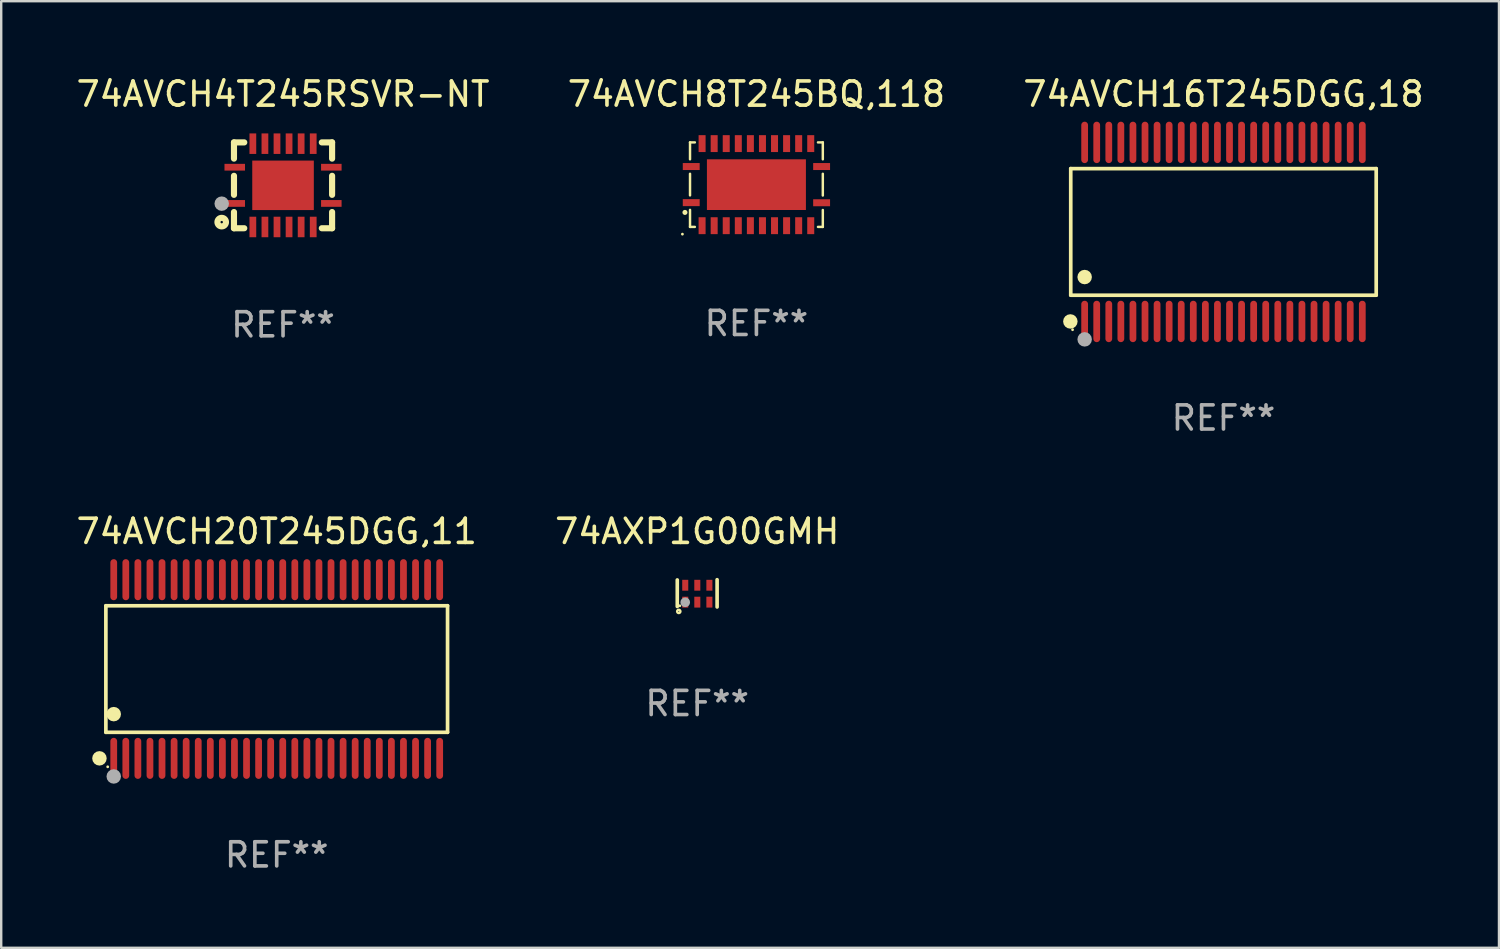
<source format=kicad_pcb>
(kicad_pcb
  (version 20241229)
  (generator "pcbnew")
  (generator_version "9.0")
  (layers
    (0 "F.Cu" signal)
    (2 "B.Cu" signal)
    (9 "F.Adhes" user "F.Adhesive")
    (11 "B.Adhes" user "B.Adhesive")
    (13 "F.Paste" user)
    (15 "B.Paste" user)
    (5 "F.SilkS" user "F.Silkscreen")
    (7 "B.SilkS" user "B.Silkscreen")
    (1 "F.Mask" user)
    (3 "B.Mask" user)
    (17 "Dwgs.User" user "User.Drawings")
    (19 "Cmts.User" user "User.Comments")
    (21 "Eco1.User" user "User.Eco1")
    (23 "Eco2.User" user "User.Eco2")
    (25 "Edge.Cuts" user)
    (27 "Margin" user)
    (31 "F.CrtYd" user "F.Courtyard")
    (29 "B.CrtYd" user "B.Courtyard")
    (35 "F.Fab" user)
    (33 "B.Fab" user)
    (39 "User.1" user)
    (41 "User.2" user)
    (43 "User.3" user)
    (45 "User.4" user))
  (footprint "74AVCH8T245BQ,118"
    (layer "F.Cu")
    (at 28.28 4.598)
    (property "Reference" "74AVCH8T245BQ,118" (at 0 -3.75 0) (layer "F.SilkS") (effects (font (size 1 1) (thickness 0.15))))
    (attr through_hole)
    (fp_line (start -2.75 -1.75) (end -2.75 -1.05) (stroke (width 0.102) (type solid)) (layer "F.SilkS"))
    (fp_line (start -2.75 -1.75) (end -2.55 -1.75) (stroke (width 0.102) (type solid)) (layer "F.SilkS"))
    (fp_line (start -2.75 -0.45) (end -2.75 0.445) (stroke (width 0.102) (type solid)) (layer "F.SilkS"))
    (fp_line (start -2.75 1.75) (end -2.75 1.045) (stroke (width 0.102) (type solid)) (layer "F.SilkS"))
    (fp_line (start -2.55 1.75) (end -2.75 1.75) (stroke (width 0.102) (type solid)) (layer "F.SilkS"))
    (fp_line (start 2.55 -1.75) (end 2.75 -1.75) (stroke (width 0.102) (type solid)) (layer "F.SilkS"))
    (fp_line (start 2.75 -1.75) (end 2.75 -1.05) (stroke (width 0.102) (type solid)) (layer "F.SilkS"))
    (fp_line (start 2.75 -0.45) (end 2.75 0.45) (stroke (width 0.102) (type solid)) (layer "F.SilkS"))
    (fp_line (start 2.75 1.05) (end 2.75 1.75) (stroke (width 0.102) (type solid)) (layer "F.SilkS"))
    (fp_line (start 2.75 1.75) (end 2.55 1.75) (stroke (width 0.102) (type solid)) (layer "F.SilkS"))
    (fp_circle (center -3.065 2.05) (end -3.035 2.05) (stroke (width 0.06) (type solid)) (fill no) (layer "F.SilkS"))
    (fp_circle (center -2.96 1.15) (end -2.906 1.15) (stroke (width 0.102) (type solid)) (fill no) (layer "F.SilkS"))
    (fp_text user "REF**" (at 0 5.75 0) (layer "F.Fab") (effects (font (size 1 1) (thickness 0.15))))
    (pad "1" smd rect (at -2.7 0.745 90) (size 0.29 0.7) (layers "F.Cu" "F.Mask" "F.Paste"))
    (pad "2" smd rect (at -2.25 1.7) (size 0.29 0.7) (layers "F.Cu" "F.Mask" "F.Paste"))
    (pad "3" smd rect (at -1.75 1.7) (size 0.29 0.7) (layers "F.Cu" "F.Mask" "F.Paste"))
    (pad "4" smd rect (at -1.25 1.7) (size 0.29 0.7) (layers "F.Cu" "F.Mask" "F.Paste"))
    (pad "5" smd rect (at -0.75 1.7) (size 0.29 0.7) (layers "F.Cu" "F.Mask" "F.Paste"))
    (pad "6" smd rect (at -0.25 1.7) (size 0.29 0.7) (layers "F.Cu" "F.Mask" "F.Paste"))
    (pad "7" smd rect (at 0.25 1.7) (size 0.29 0.7) (layers "F.Cu" "F.Mask" "F.Paste"))
    (pad "8" smd rect (at 0.75 1.7) (size 0.29 0.7) (layers "F.Cu" "F.Mask" "F.Paste"))
    (pad "9" smd rect (at 1.25 1.7) (size 0.29 0.7) (layers "F.Cu" "F.Mask" "F.Paste"))
    (pad "10" smd rect (at 1.75 1.7) (size 0.29 0.7) (layers "F.Cu" "F.Mask" "F.Paste"))
    (pad "11" smd rect (at 2.25 1.7) (size 0.29 0.7) (layers "F.Cu" "F.Mask" "F.Paste"))
    (pad "12" smd rect (at 2.7 0.75 90) (size 0.29 0.7) (layers "F.Cu" "F.Mask" "F.Paste"))
    (pad "13" smd rect (at 2.7 -0.75 90) (size 0.29 0.7) (layers "F.Cu" "F.Mask" "F.Paste"))
    (pad "14" smd rect (at 2.25 -1.7 180) (size 0.29 0.7) (layers "F.Cu" "F.Mask" "F.Paste"))
    (pad "15" smd rect (at 1.75 -1.7 180) (size 0.29 0.7) (layers "F.Cu" "F.Mask" "F.Paste"))
    (pad "16" smd rect (at 1.25 -1.7 180) (size 0.29 0.7) (layers "F.Cu" "F.Mask" "F.Paste"))
    (pad "17" smd rect (at 0.75 -1.7 180) (size 0.29 0.7) (layers "F.Cu" "F.Mask" "F.Paste"))
    (pad "18" smd rect (at 0.25 -1.7 180) (size 0.29 0.7) (layers "F.Cu" "F.Mask" "F.Paste"))
    (pad "19" smd rect (at -0.25 -1.7 180) (size 0.29 0.7) (layers "F.Cu" "F.Mask" "F.Paste"))
    (pad "20" smd rect (at -0.75 -1.7 180) (size 0.29 0.7) (layers "F.Cu" "F.Mask" "F.Paste"))
    (pad "21" smd rect (at -1.25 -1.7 180) (size 0.29 0.7) (layers "F.Cu" "F.Mask" "F.Paste"))
    (pad "22" smd rect (at -1.75 -1.7 180) (size 0.29 0.7) (layers "F.Cu" "F.Mask" "F.Paste"))
    (pad "23" smd rect (at -2.25 -1.7 180) (size 0.29 0.7) (layers "F.Cu" "F.Mask" "F.Paste"))
    (pad "24" smd rect (at -2.7 -0.75 270) (size 0.29 0.7) (layers "F.Cu" "F.Mask" "F.Paste"))
    (pad "25" smd rect (at 0 0) (size 4.1 2.1) (layers "F.Cu" "F.Mask" "F.Paste")))
  (footprint "74AXP1G00GMH"
    (layer "F.Cu")
    (at 25.827 21.525)
    (property "Reference" "74AXP1G00GMH" (at 0 -2.565 0) (layer "F.SilkS") (effects (font (size 1 1) (thickness 0.15))))
    (attr through_hole)
    (fp_line (start -0.825 -0.555) (end -0.825 0.545) (stroke (width 0.15) (type solid)) (layer "F.SilkS"))
    (fp_line (start 0.825 -0.565) (end 0.825 0.565) (stroke (width 0.15) (type solid)) (layer "F.SilkS"))
    (fp_circle (center -0.763 0.749) (end -0.695 0.749) (stroke (width 0.1) (type solid)) (fill no) (layer "F.SilkS"))
    (fp_circle (center -0.72 0.515) (end -0.69 0.515) (stroke (width 0.06) (type solid)) (fill no) (layer "F.SilkS"))
    (fp_circle (center -0.496 0.371) (end -0.396 0.371) (stroke (width 0.2) (type solid)) (fill no) (layer "F.Fab"))
    (fp_text user "REF**" (at 0 4.565 0) (layer "F.Fab") (effects (font (size 1 1) (thickness 0.15))))
    (pad "1" smd rect (at -0.495 0.365) (size 0.25 0.45) (layers "F.Cu" "F.Mask" "F.Paste"))
    (pad "2" smd rect (at 0.005 0.365) (size 0.25 0.45) (layers "F.Cu" "F.Mask" "F.Paste"))
    (pad "3" smd rect (at 0.505 0.365) (size 0.25 0.45) (layers "F.Cu" "F.Mask" "F.Paste"))
    (pad "4" smd rect (at 0.505 -0.335) (size 0.25 0.45) (layers "F.Cu" "F.Mask" "F.Paste"))
    (pad "5" smd rect (at 0.005 -0.335) (size 0.25 0.45) (layers "F.Cu" "F.Mask" "F.Paste"))
    (pad "6" smd rect (at -0.495 -0.335) (size 0.25 0.45) (layers "F.Cu" "F.Mask" "F.Paste")))
  (footprint "74AVCH4T245RSVR-NT"
    (layer "F.Cu")
    (at 8.673 4.626)
    (property "Reference" "74AVCH4T245RSVR-NT" (at 0 -3.778 0) (layer "F.SilkS") (effects (font (size 1 1) (thickness 0.15))))
    (attr through_hole)
    (fp_line (start -2.032 -1.778) (end -2.032 -1.106) (stroke (width 0.254) (type solid)) (layer "F.SilkS"))
    (fp_line (start -2.032 -0.394) (end -2.032 0.394) (stroke (width 0.254) (type solid)) (layer "F.SilkS"))
    (fp_line (start -2.032 1.106) (end -2.032 1.778) (stroke (width 0.254) (type solid)) (layer "F.SilkS"))
    (fp_line (start -2.032 1.778) (end -1.606 1.778) (stroke (width 0.254) (type solid)) (layer "F.SilkS"))
    (fp_line (start -1.606 -1.778) (end -2.032 -1.778) (stroke (width 0.254) (type solid)) (layer "F.SilkS"))
    (fp_line (start 1.606 1.778) (end 2.032 1.778) (stroke (width 0.254) (type solid)) (layer "F.SilkS"))
    (fp_line (start 2.032 -1.778) (end 1.606 -1.778) (stroke (width 0.254) (type solid)) (layer "F.SilkS"))
    (fp_line (start 2.032 -1.106) (end 2.032 -1.778) (stroke (width 0.254) (type solid)) (layer "F.SilkS"))
    (fp_line (start 2.032 0.394) (end 2.032 -0.394) (stroke (width 0.254) (type solid)) (layer "F.SilkS"))
    (fp_line (start 2.032 1.778) (end 2.032 1.106) (stroke (width 0.254) (type solid)) (layer "F.SilkS"))
    (fp_circle (center -2.54 1.524) (end -2.363 1.524) (stroke (width 0.254) (type solid)) (fill no) (layer "F.SilkS"))
    (fp_circle (center -2.002 1.753) (end -1.972 1.753) (stroke (width 0.06) (type solid)) (fill no) (layer "F.SilkS"))
    (fp_circle (center -2.54 0.759) (end -2.39 0.759) (stroke (width 0.3) (type solid)) (fill no) (layer "F.Fab"))
    (fp_text user "REF**" (at 0 5.778 0) (layer "F.Fab") (effects (font (size 1 1) (thickness 0.15))))
    (pad "1" smd rect (at -2 0.75 90) (size 0.28 0.85) (layers "F.Cu" "F.Mask" "F.Paste"))
    (pad "2" smd rect (at -1.25 1.725 180) (size 0.28 0.85) (layers "F.Cu" "F.Mask" "F.Paste"))
    (pad "3" smd rect (at -0.75 1.725 180) (size 0.28 0.85) (layers "F.Cu" "F.Mask" "F.Paste"))
    (pad "4" smd rect (at -0.25 1.725 180) (size 0.28 0.85) (layers "F.Cu" "F.Mask" "F.Paste"))
    (pad "5" smd rect (at 0.25 1.725 180) (size 0.28 0.85) (layers "F.Cu" "F.Mask" "F.Paste"))
    (pad "6" smd rect (at 0.75 1.725 180) (size 0.28 0.85) (layers "F.Cu" "F.Mask" "F.Paste"))
    (pad "7" smd rect (at 1.25 1.725 180) (size 0.28 0.85) (layers "F.Cu" "F.Mask" "F.Paste"))
    (pad "8" smd rect (at 2 0.75 270) (size 0.28 0.85) (layers "F.Cu" "F.Mask" "F.Paste"))
    (pad "9" smd rect (at 2 -0.75 270) (size 0.28 0.85) (layers "F.Cu" "F.Mask" "F.Paste"))
    (pad "10" smd rect (at 1.25 -1.725) (size 0.28 0.85) (layers "F.Cu" "F.Mask" "F.Paste"))
    (pad "11" smd rect (at 0.75 -1.725) (size 0.28 0.85) (layers "F.Cu" "F.Mask" "F.Paste"))
    (pad "12" smd rect (at 0.25 -1.725) (size 0.28 0.85) (layers "F.Cu" "F.Mask" "F.Paste"))
    (pad "13" smd rect (at -0.25 -1.725) (size 0.28 0.85) (layers "F.Cu" "F.Mask" "F.Paste"))
    (pad "14" smd rect (at -0.75 -1.725) (size 0.28 0.85) (layers "F.Cu" "F.Mask" "F.Paste"))
    (pad "15" smd rect (at -1.25 -1.725) (size 0.28 0.85) (layers "F.Cu" "F.Mask" "F.Paste"))
    (pad "16" smd rect (at -2 -0.75 90) (size 0.28 0.85) (layers "F.Cu" "F.Mask" "F.Paste"))
    (pad "17" smd rect (at 0.000051 0) (size 2.55 2.05) (layers "F.Cu" "F.Mask" "F.Paste")))
  (footprint "74AVCH16T245DGG,18"
    (layer "F.Cu")
    (at 47.625 6.556)
    (property "Reference" "74AVCH16T245DGG,18" (at 0 -5.708 0) (layer "F.SilkS") (effects (font (size 1 1) (thickness 0.15))))
    (attr through_hole)
    (fp_line (start -6.326 -2.622) (end 6.326 -2.622) (stroke (width 0.152) (type solid)) (layer "F.SilkS"))
    (fp_line (start -6.326 2.621) (end -6.326 -2.622) (stroke (width 0.152) (type solid)) (layer "F.SilkS"))
    (fp_line (start 6.326 -2.622) (end 6.326 2.621) (stroke (width 0.152) (type solid)) (layer "F.SilkS"))
    (fp_line (start 6.326 2.621) (end -6.326 2.621) (stroke (width 0.152) (type solid)) (layer "F.SilkS"))
    (fp_circle (center -6.342 3.708) (end -6.192 3.708) (stroke (width 0.3) (type solid)) (fill no) (layer "F.SilkS"))
    (fp_circle (center -6.25 4.05) (end -6.22 4.05) (stroke (width 0.06) (type solid)) (fill no) (layer "F.SilkS"))
    (fp_circle (center -5.75 1.869) (end -5.6 1.869) (stroke (width 0.3) (type solid)) (fill no) (layer "F.SilkS"))
    (fp_circle (center -5.75 4.45) (end -5.6 4.45) (stroke (width 0.3) (type solid)) (fill no) (layer "F.Fab"))
    (fp_text user "REF**" (at 0 7.708 0) (layer "F.Fab") (effects (font (size 1 1) (thickness 0.15))))
    (pad "1" smd oval (at -5.75 3.708) (size 0.28 1.715) (layers "F.Cu" "F.Mask" "F.Paste"))
    (pad "2" smd oval (at -5.25 3.708) (size 0.28 1.715) (layers "F.Cu" "F.Mask" "F.Paste"))
    (pad "3" smd oval (at -4.75 3.708) (size 0.28 1.715) (layers "F.Cu" "F.Mask" "F.Paste"))
    (pad "4" smd oval (at -4.25 3.708) (size 0.28 1.715) (layers "F.Cu" "F.Mask" "F.Paste"))
    (pad "5" smd oval (at -3.75 3.708) (size 0.28 1.715) (layers "F.Cu" "F.Mask" "F.Paste"))
    (pad "6" smd oval (at -3.25 3.708) (size 0.28 1.715) (layers "F.Cu" "F.Mask" "F.Paste"))
    (pad "7" smd oval (at -2.75 3.708) (size 0.28 1.715) (layers "F.Cu" "F.Mask" "F.Paste"))
    (pad "8" smd oval (at -2.25 3.708) (size 0.28 1.715) (layers "F.Cu" "F.Mask" "F.Paste"))
    (pad "9" smd oval (at -1.75 3.708) (size 0.28 1.715) (layers "F.Cu" "F.Mask" "F.Paste"))
    (pad "10" smd oval (at -1.25 3.708) (size 0.28 1.715) (layers "F.Cu" "F.Mask" "F.Paste"))
    (pad "11" smd oval (at -0.75 3.708) (size 0.28 1.715) (layers "F.Cu" "F.Mask" "F.Paste"))
    (pad "12" smd oval (at -0.25 3.708) (size 0.28 1.715) (layers "F.Cu" "F.Mask" "F.Paste"))
    (pad "13" smd oval (at 0.25 3.708) (size 0.28 1.715) (layers "F.Cu" "F.Mask" "F.Paste"))
    (pad "14" smd oval (at 0.75 3.708) (size 0.28 1.715) (layers "F.Cu" "F.Mask" "F.Paste"))
    (pad "15" smd oval (at 1.25 3.708) (size 0.28 1.715) (layers "F.Cu" "F.Mask" "F.Paste"))
    (pad "16" smd oval (at 1.75 3.708) (size 0.28 1.715) (layers "F.Cu" "F.Mask" "F.Paste"))
    (pad "17" smd oval (at 2.25 3.708) (size 0.28 1.715) (layers "F.Cu" "F.Mask" "F.Paste"))
    (pad "18" smd oval (at 2.75 3.708) (size 0.28 1.715) (layers "F.Cu" "F.Mask" "F.Paste"))
    (pad "19" smd oval (at 3.25 3.708) (size 0.28 1.715) (layers "F.Cu" "F.Mask" "F.Paste"))
    (pad "20" smd oval (at 3.75 3.708) (size 0.28 1.715) (layers "F.Cu" "F.Mask" "F.Paste"))
    (pad "21" smd oval (at 4.25 3.708) (size 0.28 1.715) (layers "F.Cu" "F.Mask" "F.Paste"))
    (pad "22" smd oval (at 4.75 3.708) (size 0.28 1.715) (layers "F.Cu" "F.Mask" "F.Paste"))
    (pad "23" smd oval (at 5.25 3.708) (size 0.28 1.715) (layers "F.Cu" "F.Mask" "F.Paste"))
    (pad "24" smd oval (at 5.75 3.708) (size 0.28 1.715) (layers "F.Cu" "F.Mask" "F.Paste"))
    (pad "25" smd oval (at 5.75 -3.708) (size 0.28 1.715) (layers "F.Cu" "F.Mask" "F.Paste"))
    (pad "26" smd oval (at 5.25 -3.708) (size 0.28 1.715) (layers "F.Cu" "F.Mask" "F.Paste"))
    (pad "27" smd oval (at 4.75 -3.708) (size 0.28 1.715) (layers "F.Cu" "F.Mask" "F.Paste"))
    (pad "28" smd oval (at 4.25 -3.708) (size 0.28 1.715) (layers "F.Cu" "F.Mask" "F.Paste"))
    (pad "29" smd oval (at 3.75 -3.708) (size 0.28 1.715) (layers "F.Cu" "F.Mask" "F.Paste"))
    (pad "30" smd oval (at 3.25 -3.708) (size 0.28 1.715) (layers "F.Cu" "F.Mask" "F.Paste"))
    (pad "31" smd oval (at 2.75 -3.708) (size 0.28 1.715) (layers "F.Cu" "F.Mask" "F.Paste"))
    (pad "32" smd oval (at 2.25 -3.708) (size 0.28 1.715) (layers "F.Cu" "F.Mask" "F.Paste"))
    (pad "33" smd oval (at 1.75 -3.708) (size 0.28 1.715) (layers "F.Cu" "F.Mask" "F.Paste"))
    (pad "34" smd oval (at 1.25 -3.708) (size 0.28 1.715) (layers "F.Cu" "F.Mask" "F.Paste"))
    (pad "35" smd oval (at 0.75 -3.708) (size 0.28 1.715) (layers "F.Cu" "F.Mask" "F.Paste"))
    (pad "36" smd oval (at 0.25 -3.708) (size 0.28 1.715) (layers "F.Cu" "F.Mask" "F.Paste"))
    (pad "37" smd oval (at -0.25 -3.708) (size 0.28 1.715) (layers "F.Cu" "F.Mask" "F.Paste"))
    (pad "38" smd oval (at -0.75 -3.708) (size 0.28 1.715) (layers "F.Cu" "F.Mask" "F.Paste"))
    (pad "39" smd oval (at -1.25 -3.708) (size 0.28 1.715) (layers "F.Cu" "F.Mask" "F.Paste"))
    (pad "40" smd oval (at -1.75 -3.708) (size 0.28 1.715) (layers "F.Cu" "F.Mask" "F.Paste"))
    (pad "41" smd oval (at -2.25 -3.708) (size 0.28 1.715) (layers "F.Cu" "F.Mask" "F.Paste"))
    (pad "42" smd oval (at -2.75 -3.708) (size 0.28 1.715) (layers "F.Cu" "F.Mask" "F.Paste"))
    (pad "43" smd oval (at -3.25 -3.708) (size 0.28 1.715) (layers "F.Cu" "F.Mask" "F.Paste"))
    (pad "44" smd oval (at -3.75 -3.708) (size 0.28 1.715) (layers "F.Cu" "F.Mask" "F.Paste"))
    (pad "45" smd oval (at -4.25 -3.708) (size 0.28 1.715) (layers "F.Cu" "F.Mask" "F.Paste"))
    (pad "46" smd oval (at -4.75 -3.708) (size 0.28 1.715) (layers "F.Cu" "F.Mask" "F.Paste"))
    (pad "47" smd oval (at -5.25 -3.708) (size 0.28 1.715) (layers "F.Cu" "F.Mask" "F.Paste"))
    (pad "48" smd oval (at -5.75 -3.708) (size 0.28 1.715) (layers "F.Cu" "F.Mask" "F.Paste")))
  (footprint "74AVCH20T245DGG,11"
    (layer "F.Cu")
    (at 8.411 24.66)
    (property "Reference" "74AVCH20T245DGG,11" (at 0 -5.7 0) (layer "F.SilkS") (effects (font (size 1 1) (thickness 0.15))))
    (attr through_hole)
    (fp_line (start -7.076 -2.621) (end 7.076 -2.621) (stroke (width 0.152) (type solid)) (layer "F.SilkS"))
    (fp_line (start -7.076 2.621) (end -7.076 -2.621) (stroke (width 0.152) (type solid)) (layer "F.SilkS"))
    (fp_line (start 7.076 -2.621) (end 7.076 2.621) (stroke (width 0.152) (type solid)) (layer "F.SilkS"))
    (fp_line (start 7.076 2.621) (end -7.076 2.621) (stroke (width 0.152) (type solid)) (layer "F.SilkS"))
    (fp_circle (center -7.342 3.7) (end -7.192 3.7) (stroke (width 0.3) (type solid)) (fill no) (layer "F.SilkS"))
    (fp_circle (center -7 4.05) (end -6.97 4.05) (stroke (width 0.06) (type solid)) (fill no) (layer "F.SilkS"))
    (fp_circle (center -6.75 1.869) (end -6.6 1.869) (stroke (width 0.3) (type solid)) (fill no) (layer "F.SilkS"))
    (fp_circle (center -6.75 4.45) (end -6.6 4.45) (stroke (width 0.3) (type solid)) (fill no) (layer "F.Fab"))
    (fp_text user "REF**" (at 0 7.7 0) (layer "F.Fab") (effects (font (size 1 1) (thickness 0.15))))
    (pad "1" smd oval (at -6.75 3.7) (size 0.28 1.7) (layers "F.Cu" "F.Mask" "F.Paste"))
    (pad "2" smd oval (at -6.25 3.7) (size 0.28 1.7) (layers "F.Cu" "F.Mask" "F.Paste"))
    (pad "3" smd oval (at -5.75 3.7) (size 0.28 1.7) (layers "F.Cu" "F.Mask" "F.Paste"))
    (pad "4" smd oval (at -5.25 3.7) (size 0.28 1.7) (layers "F.Cu" "F.Mask" "F.Paste"))
    (pad "5" smd oval (at -4.75 3.7) (size 0.28 1.7) (layers "F.Cu" "F.Mask" "F.Paste"))
    (pad "6" smd oval (at -4.25 3.7) (size 0.28 1.7) (layers "F.Cu" "F.Mask" "F.Paste"))
    (pad "7" smd oval (at -3.75 3.7) (size 0.28 1.7) (layers "F.Cu" "F.Mask" "F.Paste"))
    (pad "8" smd oval (at -3.25 3.7) (size 0.28 1.7) (layers "F.Cu" "F.Mask" "F.Paste"))
    (pad "9" smd oval (at -2.75 3.7) (size 0.28 1.7) (layers "F.Cu" "F.Mask" "F.Paste"))
    (pad "10" smd oval (at -2.25 3.7) (size 0.28 1.7) (layers "F.Cu" "F.Mask" "F.Paste"))
    (pad "11" smd oval (at -1.75 3.7) (size 0.28 1.7) (layers "F.Cu" "F.Mask" "F.Paste"))
    (pad "12" smd oval (at -1.25 3.7) (size 0.28 1.7) (layers "F.Cu" "F.Mask" "F.Paste"))
    (pad "13" smd oval (at -0.75 3.7) (size 0.28 1.7) (layers "F.Cu" "F.Mask" "F.Paste"))
    (pad "14" smd oval (at -0.25 3.7) (size 0.28 1.7) (layers "F.Cu" "F.Mask" "F.Paste"))
    (pad "15" smd oval (at 0.25 3.7) (size 0.28 1.7) (layers "F.Cu" "F.Mask" "F.Paste"))
    (pad "16" smd oval (at 0.75 3.7) (size 0.28 1.7) (layers "F.Cu" "F.Mask" "F.Paste"))
    (pad "17" smd oval (at 1.25 3.7) (size 0.28 1.7) (layers "F.Cu" "F.Mask" "F.Paste"))
    (pad "18" smd oval (at 1.75 3.7) (size 0.28 1.7) (layers "F.Cu" "F.Mask" "F.Paste"))
    (pad "19" smd oval (at 2.25 3.7) (size 0.28 1.7) (layers "F.Cu" "F.Mask" "F.Paste"))
    (pad "20" smd oval (at 2.75 3.7) (size 0.28 1.7) (layers "F.Cu" "F.Mask" "F.Paste"))
    (pad "21" smd oval (at 3.25 3.7) (size 0.28 1.7) (layers "F.Cu" "F.Mask" "F.Paste"))
    (pad "22" smd oval (at 3.75 3.7) (size 0.28 1.7) (layers "F.Cu" "F.Mask" "F.Paste"))
    (pad "23" smd oval (at 4.25 3.7) (size 0.28 1.7) (layers "F.Cu" "F.Mask" "F.Paste"))
    (pad "24" smd oval (at 4.75 3.7) (size 0.28 1.7) (layers "F.Cu" "F.Mask" "F.Paste"))
    (pad "25" smd oval (at 5.25 3.7) (size 0.28 1.7) (layers "F.Cu" "F.Mask" "F.Paste"))
    (pad "26" smd oval (at 5.75 3.7) (size 0.28 1.7) (layers "F.Cu" "F.Mask" "F.Paste"))
    (pad "27" smd oval (at 6.25 3.7) (size 0.28 1.7) (layers "F.Cu" "F.Mask" "F.Paste"))
    (pad "28" smd oval (at 6.75 3.7) (size 0.28 1.7) (layers "F.Cu" "F.Mask" "F.Paste"))
    (pad "29" smd oval (at 6.75 -3.7) (size 0.28 1.7) (layers "F.Cu" "F.Mask" "F.Paste"))
    (pad "30" smd oval (at 6.25 -3.7) (size 0.28 1.7) (layers "F.Cu" "F.Mask" "F.Paste"))
    (pad "31" smd oval (at 5.75 -3.7) (size 0.28 1.7) (layers "F.Cu" "F.Mask" "F.Paste"))
    (pad "32" smd oval (at 5.25 -3.7) (size 0.28 1.7) (layers "F.Cu" "F.Mask" "F.Paste"))
    (pad "33" smd oval (at 4.75 -3.7) (size 0.28 1.7) (layers "F.Cu" "F.Mask" "F.Paste"))
    (pad "34" smd oval (at 4.25 -3.7) (size 0.28 1.7) (layers "F.Cu" "F.Mask" "F.Paste"))
    (pad "35" smd oval (at 3.75 -3.7) (size 0.28 1.7) (layers "F.Cu" "F.Mask" "F.Paste"))
    (pad "36" smd oval (at 3.25 -3.7) (size 0.28 1.7) (layers "F.Cu" "F.Mask" "F.Paste"))
    (pad "37" smd oval (at 2.75 -3.7) (size 0.28 1.7) (layers "F.Cu" "F.Mask" "F.Paste"))
    (pad "38" smd oval (at 2.25 -3.7) (size 0.28 1.7) (layers "F.Cu" "F.Mask" "F.Paste"))
    (pad "39" smd oval (at 1.75 -3.7) (size 0.28 1.7) (layers "F.Cu" "F.Mask" "F.Paste"))
    (pad "40" smd oval (at 1.25 -3.7) (size 0.28 1.7) (layers "F.Cu" "F.Mask" "F.Paste"))
    (pad "41" smd oval (at 0.75 -3.7) (size 0.28 1.7) (layers "F.Cu" "F.Mask" "F.Paste"))
    (pad "42" smd oval (at 0.25 -3.7) (size 0.28 1.7) (layers "F.Cu" "F.Mask" "F.Paste"))
    (pad "43" smd oval (at -0.25 -3.7) (size 0.28 1.7) (layers "F.Cu" "F.Mask" "F.Paste"))
    (pad "44" smd oval (at -0.75 -3.7) (size 0.28 1.7) (layers "F.Cu" "F.Mask" "F.Paste"))
    (pad "45" smd oval (at -1.25 -3.7) (size 0.28 1.7) (layers "F.Cu" "F.Mask" "F.Paste"))
    (pad "46" smd oval (at -1.75 -3.7) (size 0.28 1.7) (layers "F.Cu" "F.Mask" "F.Paste"))
    (pad "47" smd oval (at -2.25 -3.7) (size 0.28 1.7) (layers "F.Cu" "F.Mask" "F.Paste"))
    (pad "48" smd oval (at -2.75 -3.7) (size 0.28 1.7) (layers "F.Cu" "F.Mask" "F.Paste"))
    (pad "49" smd oval (at -3.25 -3.7) (size 0.28 1.7) (layers "F.Cu" "F.Mask" "F.Paste"))
    (pad "50" smd oval (at -3.75 -3.7) (size 0.28 1.7) (layers "F.Cu" "F.Mask" "F.Paste"))
    (pad "51" smd oval (at -4.25 -3.7) (size 0.28 1.7) (layers "F.Cu" "F.Mask" "F.Paste"))
    (pad "52" smd oval (at -4.75 -3.7) (size 0.28 1.7) (layers "F.Cu" "F.Mask" "F.Paste"))
    (pad "53" smd oval (at -5.25 -3.7) (size 0.28 1.7) (layers "F.Cu" "F.Mask" "F.Paste"))
    (pad "54" smd oval (at -5.75 -3.7) (size 0.28 1.7) (layers "F.Cu" "F.Mask" "F.Paste"))
    (pad "55" smd oval (at -6.25 -3.7) (size 0.28 1.7) (layers "F.Cu" "F.Mask" "F.Paste"))
    (pad "56" smd oval (at -6.75 -3.7) (size 0.28 1.7) (layers "F.Cu" "F.Mask" "F.Paste")))
  (gr_rect
    (start -3 -3)
    (end 59.036 36.208)
    (stroke (width 0.1) (type default))
    (fill no)
    (layer "Edge.Cuts")))
</source>
